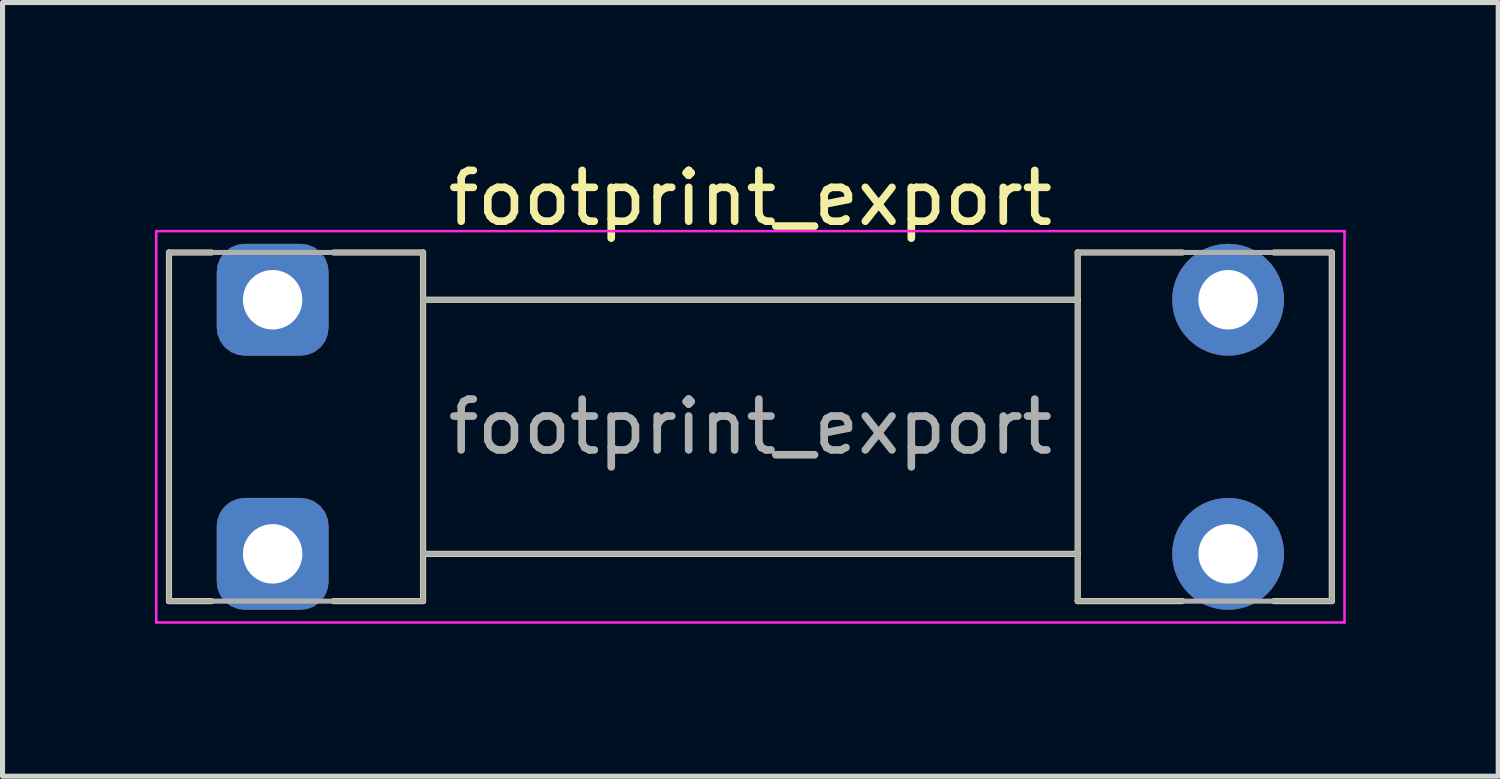
<source format=kicad_pcb>
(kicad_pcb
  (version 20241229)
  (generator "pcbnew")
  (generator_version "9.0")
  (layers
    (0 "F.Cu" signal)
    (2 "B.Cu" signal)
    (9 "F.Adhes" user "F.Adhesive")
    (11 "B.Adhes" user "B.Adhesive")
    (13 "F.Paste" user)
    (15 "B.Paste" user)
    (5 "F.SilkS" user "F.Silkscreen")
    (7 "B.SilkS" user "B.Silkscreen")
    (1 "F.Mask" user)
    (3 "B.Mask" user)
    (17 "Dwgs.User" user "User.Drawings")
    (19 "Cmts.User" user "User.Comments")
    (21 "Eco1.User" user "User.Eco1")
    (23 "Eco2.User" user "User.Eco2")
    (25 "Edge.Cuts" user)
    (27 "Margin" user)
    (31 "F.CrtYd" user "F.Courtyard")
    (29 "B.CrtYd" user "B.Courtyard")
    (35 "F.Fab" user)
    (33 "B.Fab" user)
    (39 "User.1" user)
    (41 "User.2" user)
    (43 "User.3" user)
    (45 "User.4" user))
  (footprint "footprint_export"
    (layer "F.Cu")
    (at 2.315 2.848)
    (property "Reference" "footprint_export" (at 9.4 -2 0) (layer "F.SilkS") (effects (font (size 1 1) (thickness 0.15))))
    (attr through_hole)
    (fp_line (start -2.04 5.93) (end -2.04 -0.93) (stroke (width 0.12) (type solid)) (layer "F.SilkS"))
    (fp_line (start -1.2 -0.93) (end -2.04 -0.93) (stroke (width 0.12) (type solid)) (layer "F.SilkS"))
    (fp_line (start -1.2 5.93) (end -2.04 5.93) (stroke (width 0.12) (type solid)) (layer "F.SilkS"))
    (fp_line (start 2.96 -0.93) (end 1.2 -0.93) (stroke (width 0.12) (type solid)) (layer "F.SilkS"))
    (fp_line (start 2.96 -0.93) (end 2.96 5.93) (stroke (width 0.12) (type solid)) (layer "F.SilkS"))
    (fp_line (start 2.96 5.93) (end 1.2 5.93) (stroke (width 0.12) (type solid)) (layer "F.SilkS"))
    (fp_line (start 15.84 -0.93) (end 15.84 5.93) (stroke (width 0.12) (type solid)) (layer "F.SilkS"))
    (fp_line (start 15.84 0) (end 2.96 0) (stroke (width 0.12) (type solid)) (layer "F.SilkS"))
    (fp_line (start 15.84 5) (end 2.96 5) (stroke (width 0.12) (type solid)) (layer "F.SilkS"))
    (fp_line (start 17.9 -0.93) (end 15.84 -0.93) (stroke (width 0.12) (type solid)) (layer "F.SilkS"))
    (fp_line (start 17.9 5.93) (end 15.84 5.93) (stroke (width 0.12) (type solid)) (layer "F.SilkS"))
    (fp_line (start 19.7 -0.93) (end 20.84 -0.93) (stroke (width 0.12) (type solid)) (layer "F.SilkS"))
    (fp_line (start 19.7 5.93) (end 20.84 5.93) (stroke (width 0.12) (type solid)) (layer "F.SilkS"))
    (fp_line (start 20.84 -0.93) (end 20.84 5.93) (stroke (width 0.12) (type solid)) (layer "F.SilkS"))
    (fp_line (start -2.29 -1.35) (end -2.29 6.35) (stroke (width 0.05) (type solid)) (layer "F.CrtYd"))
    (fp_line (start -2.29 -1.35) (end 21.09 -1.35) (stroke (width 0.05) (type solid)) (layer "F.CrtYd"))
    (fp_line (start 21.09 6.35) (end -2.29 6.35) (stroke (width 0.05) (type solid)) (layer "F.CrtYd"))
    (fp_line (start 21.09 6.35) (end 21.09 -1.35) (stroke (width 0.05) (type solid)) (layer "F.CrtYd"))
    (fp_line (start -2.04 -0.93) (end 2.96 -0.93) (stroke (width 0.1) (type solid)) (layer "F.Fab"))
    (fp_line (start -2.04 5.93) (end -2.04 -0.93) (stroke (width 0.1) (type solid)) (layer "F.Fab"))
    (fp_line (start 2.96 -0.93) (end 2.96 5.93) (stroke (width 0.1) (type solid)) (layer "F.Fab"))
    (fp_line (start 2.96 0) (end 15.84 0) (stroke (width 0.1) (type solid)) (layer "F.Fab"))
    (fp_line (start 2.96 5.93) (end -2.04 5.93) (stroke (width 0.1) (type solid)) (layer "F.Fab"))
    (fp_line (start 15.84 -0.93) (end 15.84 5.93) (stroke (width 0.1) (type solid)) (layer "F.Fab"))
    (fp_line (start 15.84 5) (end 2.96 5) (stroke (width 0.1) (type solid)) (layer "F.Fab"))
    (fp_line (start 15.84 5.93) (end 20.84 5.93) (stroke (width 0.1) (type solid)) (layer "F.Fab"))
    (fp_line (start 20.84 -0.93) (end 15.84 -0.93) (stroke (width 0.1) (type solid)) (layer "F.Fab"))
    (fp_line (start 20.84 5.93) (end 20.84 -0.93) (stroke (width 0.1) (type solid)) (layer "F.Fab"))
    (fp_text user "${REFERENCE}" (at 9.4 2.5 0) (layer "F.Fab") (effects (font (size 1 1) (thickness 0.15))))
    (pad "1" thru_hole roundrect (at 0 0) (size 2.2 2.2) (drill 1.17) (layers "*.Cu" "*.Mask") (roundrect_rratio 0.25))
    (pad "1" thru_hole roundrect (at 0 5) (size 2.2 2.2) (drill 1.17) (layers "*.Cu" "*.Mask") (roundrect_rratio 0.25))
    (pad "2" thru_hole circle (at 18.8 0) (size 2.2 2.2) (drill 1.17) (layers "*.Cu" "*.Mask"))
    (pad "2" thru_hole circle (at 18.8 5) (size 2.2 2.2) (drill 1.17) (layers "*.Cu" "*.Mask")))
  (gr_rect
    (start -3 -3)
    (end 26.43 12.223)
    (stroke (width 0.1) (type default))
    (fill no)
    (layer "Edge.Cuts")))
</source>
